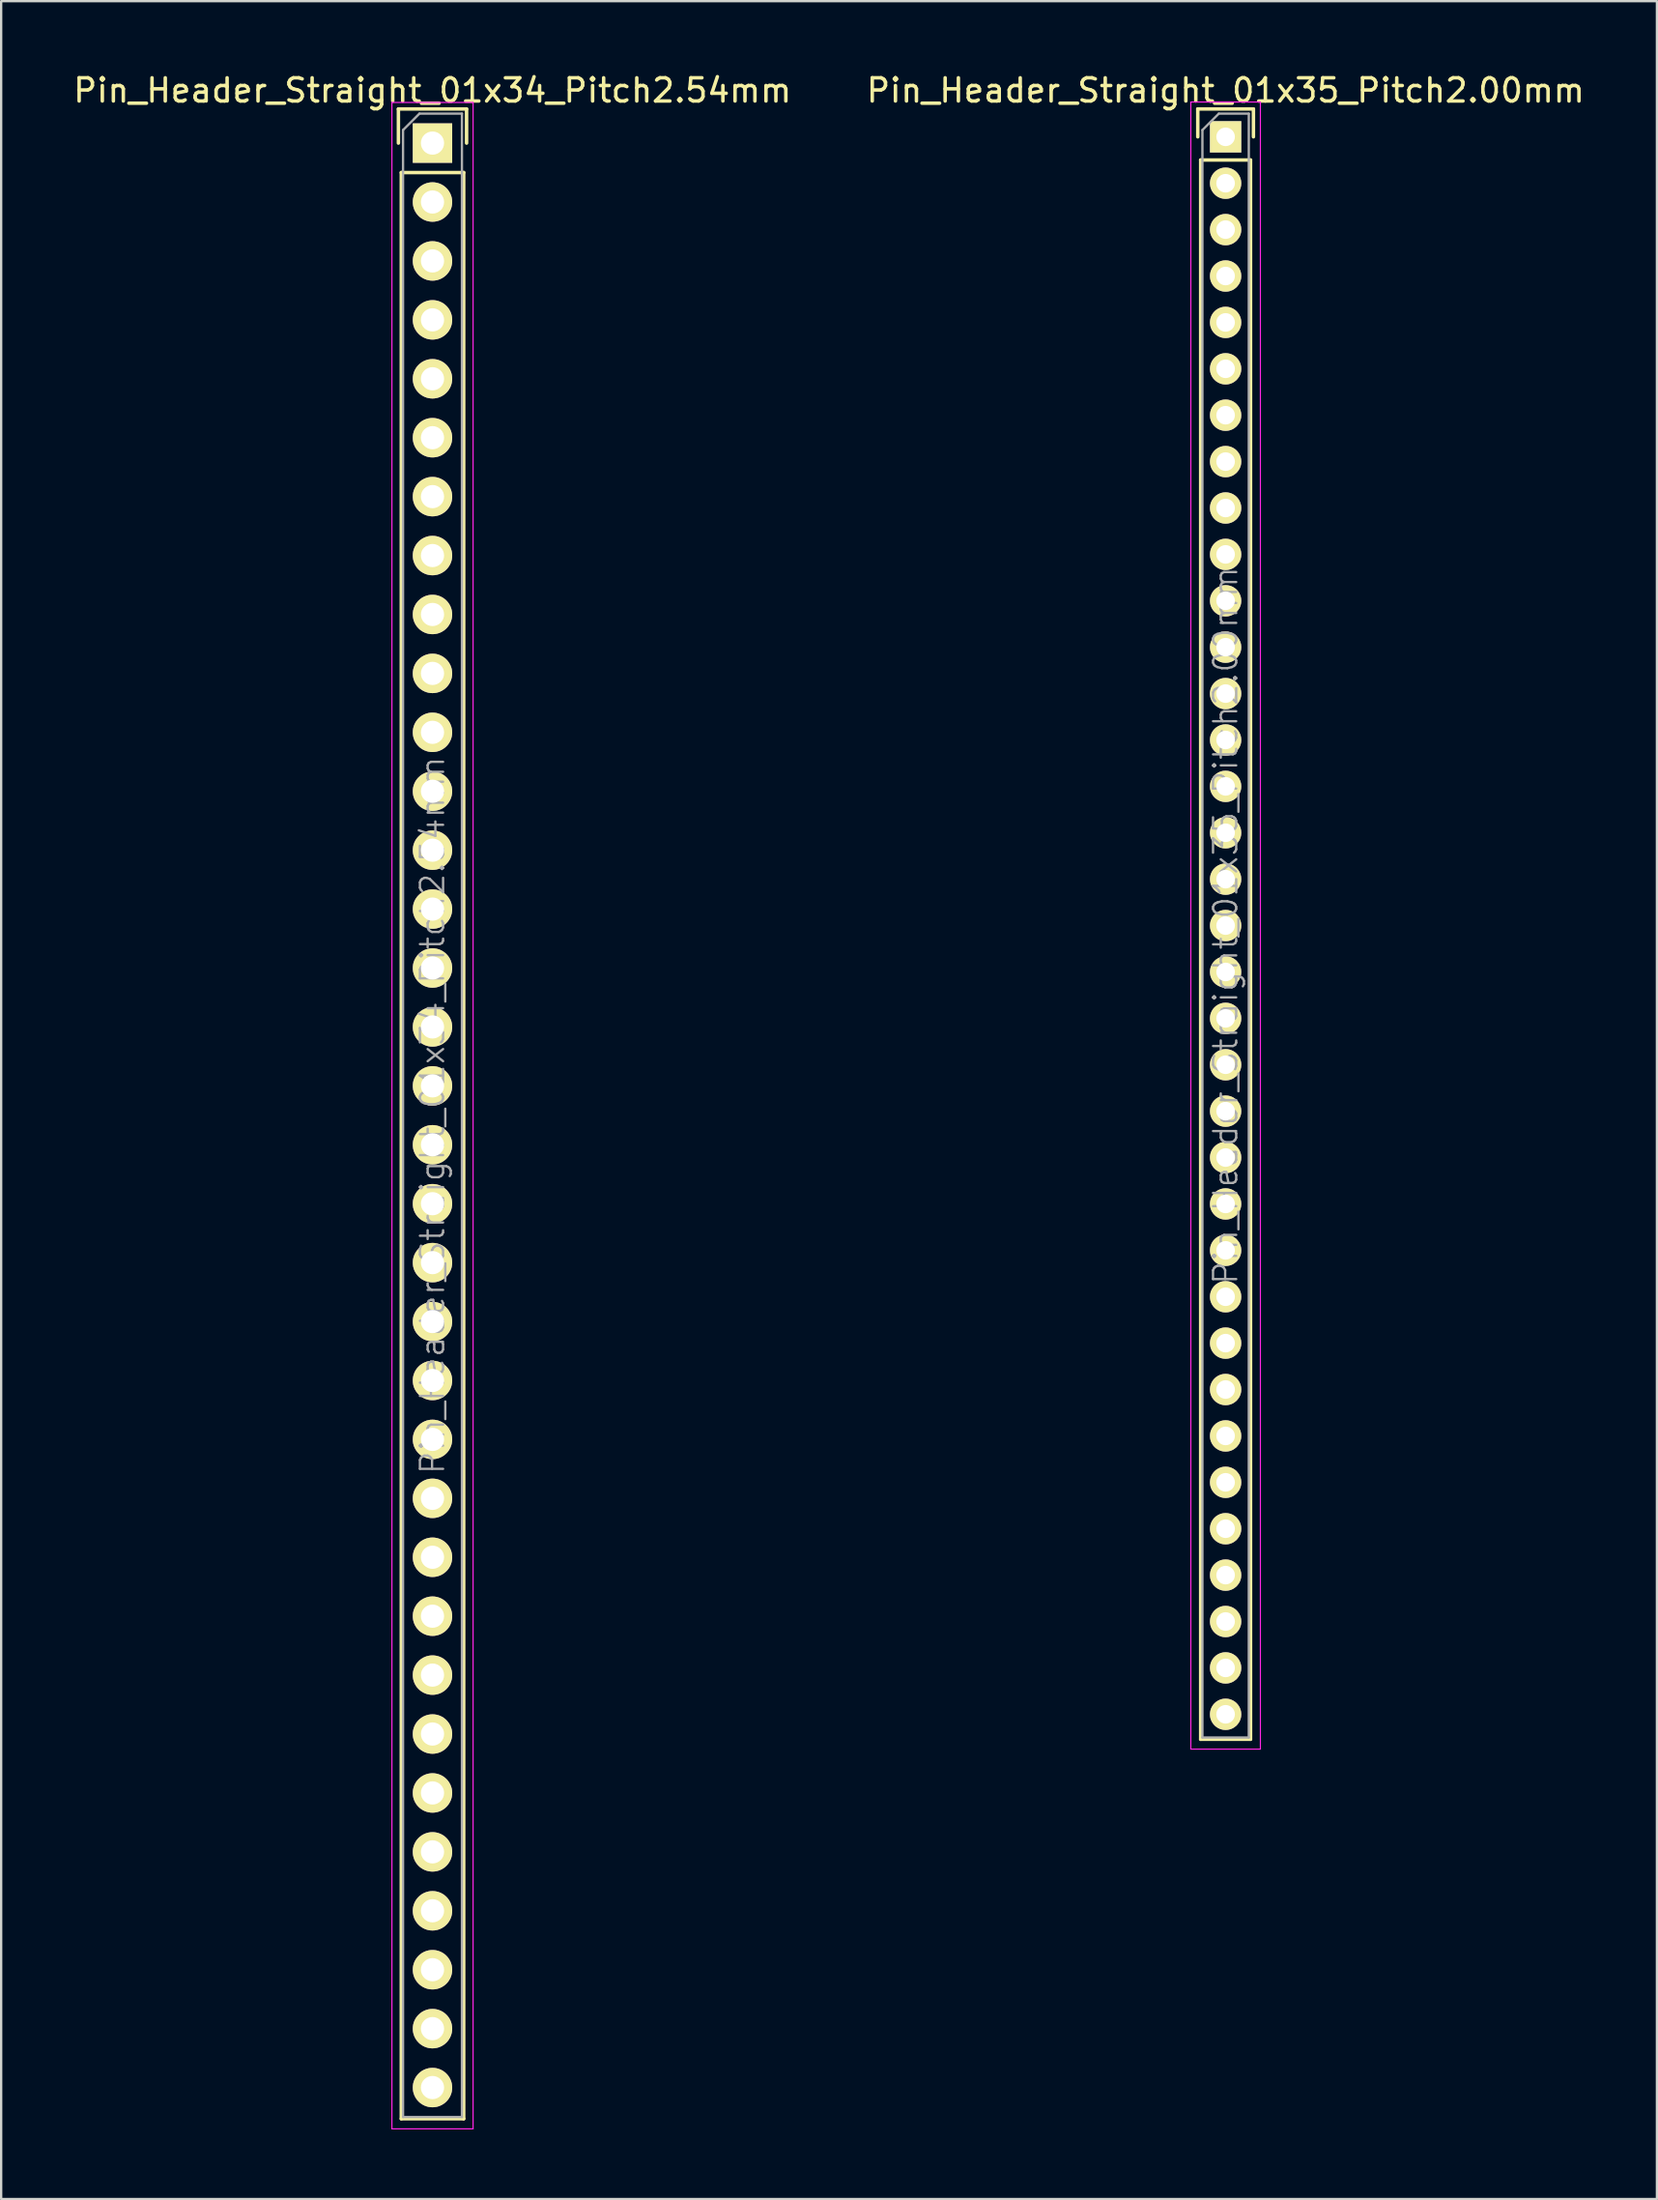
<source format=kicad_pcb>
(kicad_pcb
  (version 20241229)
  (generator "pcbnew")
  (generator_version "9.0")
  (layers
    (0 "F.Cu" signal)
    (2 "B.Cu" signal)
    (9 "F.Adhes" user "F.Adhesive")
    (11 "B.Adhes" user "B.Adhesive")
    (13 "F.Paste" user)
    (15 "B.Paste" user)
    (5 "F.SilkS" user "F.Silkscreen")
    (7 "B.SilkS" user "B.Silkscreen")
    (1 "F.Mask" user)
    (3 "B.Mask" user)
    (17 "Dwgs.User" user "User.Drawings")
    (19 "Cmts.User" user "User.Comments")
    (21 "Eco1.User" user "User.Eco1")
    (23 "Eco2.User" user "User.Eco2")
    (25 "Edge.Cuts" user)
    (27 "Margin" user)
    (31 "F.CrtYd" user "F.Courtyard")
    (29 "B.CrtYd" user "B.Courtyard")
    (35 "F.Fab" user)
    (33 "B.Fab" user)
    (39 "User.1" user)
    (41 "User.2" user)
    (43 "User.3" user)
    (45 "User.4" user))
  (footprint "Pin_Header_Straight_01x34_Pitch2.54mm"
    (layer "F.Cu")
    (at 15.601 3.118)
    (property "Reference" "Pin_Header_Straight_01x34_Pitch2.54mm" (at 0 -2.27 0) (layer "F.SilkS") (effects (font (size 1 1) (thickness 0.15))))
    (attr smd)
    (fp_line (start -1.47 -1.47) (end -1.47 0) (stroke (width 0.15) (type solid)) (layer "F.SilkS"))
    (fp_line (start -1.47 -1.47) (end 1.47 -1.47) (stroke (width 0.15) (type solid)) (layer "F.SilkS"))
    (fp_line (start -1.345 1.27) (end -1.345 85.165) (stroke (width 0.15) (type solid)) (layer "F.SilkS"))
    (fp_line (start -1.345 1.27) (end 1.345 1.27) (stroke (width 0.15) (type solid)) (layer "F.SilkS"))
    (fp_line (start -1.345 85.165) (end 1.345 85.165) (stroke (width 0.15) (type solid)) (layer "F.SilkS"))
    (fp_line (start 1.345 1.27) (end 1.345 85.165) (stroke (width 0.15) (type solid)) (layer "F.SilkS"))
    (fp_line (start 1.47 -1.47) (end 1.47 0) (stroke (width 0.15) (type solid)) (layer "F.SilkS"))
    (fp_line (start -1.75 -1.75) (end -1.75 85.6) (stroke (width 0.05) (type solid)) (layer "F.CrtYd"))
    (fp_line (start 1.75 -1.75) (end -1.75 -1.75) (stroke (width 0.05) (type solid)) (layer "F.CrtYd"))
    (fp_line (start 1.75 -1.75) (end 1.75 85.6) (stroke (width 0.05) (type solid)) (layer "F.CrtYd"))
    (fp_line (start 1.75 85.6) (end -1.75 85.6) (stroke (width 0.05) (type solid)) (layer "F.CrtYd"))
    (fp_line (start -1.27 -0.563) (end -0.563 -1.27) (stroke (width 0.1) (type solid)) (layer "F.Fab"))
    (fp_line (start -1.27 85.09) (end -1.27 -0.563) (stroke (width 0.1) (type solid)) (layer "F.Fab"))
    (fp_line (start 1.27 -1.27) (end -0.563 -1.27) (stroke (width 0.1) (type solid)) (layer "F.Fab"))
    (fp_line (start 1.27 85.09) (end -1.27 85.09) (stroke (width 0.1) (type solid)) (layer "F.Fab"))
    (fp_line (start 1.27 85.09) (end 1.27 -1.27) (stroke (width 0.1) (type solid)) (layer "F.Fab"))
    (fp_text user "${REFERENCE}" (at 0 41.91 90) (layer "F.Fab") (effects (font (size 1 1) (thickness 0.1))))
    (pad "1" thru_hole rect (at 0 0) (size 1.7 1.7) (drill 1) (layers "*.Cu" "*.Mask" "F.SilkS"))
    (pad "2" thru_hole oval (at 0 2.54) (size 1.7 1.7) (drill 1) (layers "*.Cu" "*.Mask" "F.SilkS"))
    (pad "3" thru_hole oval (at 0 5.08) (size 1.7 1.7) (drill 1) (layers "*.Cu" "*.Mask" "F.SilkS"))
    (pad "4" thru_hole oval (at 0 7.62) (size 1.7 1.7) (drill 1) (layers "*.Cu" "*.Mask" "F.SilkS"))
    (pad "5" thru_hole oval (at 0 10.16) (size 1.7 1.7) (drill 1) (layers "*.Cu" "*.Mask" "F.SilkS"))
    (pad "6" thru_hole oval (at 0 12.7) (size 1.7 1.7) (drill 1) (layers "*.Cu" "*.Mask" "F.SilkS"))
    (pad "7" thru_hole oval (at 0 15.24) (size 1.7 1.7) (drill 1) (layers "*.Cu" "*.Mask" "F.SilkS"))
    (pad "8" thru_hole oval (at 0 17.78) (size 1.7 1.7) (drill 1) (layers "*.Cu" "*.Mask" "F.SilkS"))
    (pad "9" thru_hole oval (at 0 20.32) (size 1.7 1.7) (drill 1) (layers "*.Cu" "*.Mask" "F.SilkS"))
    (pad "10" thru_hole oval (at 0 22.86) (size 1.7 1.7) (drill 1) (layers "*.Cu" "*.Mask" "F.SilkS"))
    (pad "11" thru_hole oval (at 0 25.4) (size 1.7 1.7) (drill 1) (layers "*.Cu" "*.Mask" "F.SilkS"))
    (pad "12" thru_hole oval (at 0 27.94) (size 1.7 1.7) (drill 1) (layers "*.Cu" "*.Mask" "F.SilkS"))
    (pad "13" thru_hole oval (at 0 30.48) (size 1.7 1.7) (drill 1) (layers "*.Cu" "*.Mask" "F.SilkS"))
    (pad "14" thru_hole oval (at 0 33.02) (size 1.7 1.7) (drill 1) (layers "*.Cu" "*.Mask" "F.SilkS"))
    (pad "15" thru_hole oval (at 0 35.56) (size 1.7 1.7) (drill 1) (layers "*.Cu" "*.Mask" "F.SilkS"))
    (pad "16" thru_hole oval (at 0 38.1) (size 1.7 1.7) (drill 1) (layers "*.Cu" "*.Mask" "F.SilkS"))
    (pad "17" thru_hole oval (at 0 40.64) (size 1.7 1.7) (drill 1) (layers "*.Cu" "*.Mask" "F.SilkS"))
    (pad "18" thru_hole oval (at 0 43.18) (size 1.7 1.7) (drill 1) (layers "*.Cu" "*.Mask" "F.SilkS"))
    (pad "19" thru_hole oval (at 0 45.72) (size 1.7 1.7) (drill 1) (layers "*.Cu" "*.Mask" "F.SilkS"))
    (pad "20" thru_hole oval (at 0 48.26) (size 1.7 1.7) (drill 1) (layers "*.Cu" "*.Mask" "F.SilkS"))
    (pad "21" thru_hole oval (at 0 50.8) (size 1.7 1.7) (drill 1) (layers "*.Cu" "*.Mask" "F.SilkS"))
    (pad "22" thru_hole oval (at 0 53.34) (size 1.7 1.7) (drill 1) (layers "*.Cu" "*.Mask" "F.SilkS"))
    (pad "23" thru_hole oval (at 0 55.88) (size 1.7 1.7) (drill 1) (layers "*.Cu" "*.Mask" "F.SilkS"))
    (pad "24" thru_hole oval (at 0 58.42) (size 1.7 1.7) (drill 1) (layers "*.Cu" "*.Mask" "F.SilkS"))
    (pad "25" thru_hole oval (at 0 60.96) (size 1.7 1.7) (drill 1) (layers "*.Cu" "*.Mask" "F.SilkS"))
    (pad "26" thru_hole oval (at 0 63.5) (size 1.7 1.7) (drill 1) (layers "*.Cu" "*.Mask" "F.SilkS"))
    (pad "27" thru_hole oval (at 0 66.04) (size 1.7 1.7) (drill 1) (layers "*.Cu" "*.Mask" "F.SilkS"))
    (pad "28" thru_hole oval (at 0 68.58) (size 1.7 1.7) (drill 1) (layers "*.Cu" "*.Mask" "F.SilkS"))
    (pad "29" thru_hole oval (at 0 71.12) (size 1.7 1.7) (drill 1) (layers "*.Cu" "*.Mask" "F.SilkS"))
    (pad "30" thru_hole oval (at 0 73.66) (size 1.7 1.7) (drill 1) (layers "*.Cu" "*.Mask" "F.SilkS"))
    (pad "31" thru_hole oval (at 0 76.2) (size 1.7 1.7) (drill 1) (layers "*.Cu" "*.Mask" "F.SilkS"))
    (pad "32" thru_hole oval (at 0 78.74) (size 1.7 1.7) (drill 1) (layers "*.Cu" "*.Mask" "F.SilkS"))
    (pad "33" thru_hole oval (at 0 81.28) (size 1.7 1.7) (drill 1) (layers "*.Cu" "*.Mask" "F.SilkS"))
    (pad "34" thru_hole oval (at 0 83.82) (size 1.7 1.7) (drill 1) (layers "*.Cu" "*.Mask" "F.SilkS")))
  (footprint "Pin_Header_Straight_01x35_Pitch2.00mm"
    (layer "F.Cu")
    (at 49.804 2.848)
    (property "Reference" "Pin_Header_Straight_01x35_Pitch2.00mm" (at 0 -2 0) (layer "F.SilkS") (effects (font (size 1 1) (thickness 0.15))))
    (attr smd)
    (fp_line (start -1.2 -1.2) (end -1.2 0) (stroke (width 0.15) (type solid)) (layer "F.SilkS"))
    (fp_line (start -1.2 -1.2) (end 1.2 -1.2) (stroke (width 0.15) (type solid)) (layer "F.SilkS"))
    (fp_line (start -1.075 1) (end -1.075 69.075) (stroke (width 0.15) (type solid)) (layer "F.SilkS"))
    (fp_line (start -1.075 1) (end 1.075 1) (stroke (width 0.15) (type solid)) (layer "F.SilkS"))
    (fp_line (start -1.075 69.075) (end 1.075 69.075) (stroke (width 0.15) (type solid)) (layer "F.SilkS"))
    (fp_line (start 1.075 1) (end 1.075 69.075) (stroke (width 0.15) (type solid)) (layer "F.SilkS"))
    (fp_line (start 1.2 -1.2) (end 1.2 0) (stroke (width 0.15) (type solid)) (layer "F.SilkS"))
    (fp_line (start -1.5 -1.5) (end -1.5 69.5) (stroke (width 0.05) (type solid)) (layer "F.CrtYd"))
    (fp_line (start 1.5 -1.5) (end -1.5 -1.5) (stroke (width 0.05) (type solid)) (layer "F.CrtYd"))
    (fp_line (start 1.5 -1.5) (end 1.5 69.5) (stroke (width 0.05) (type solid)) (layer "F.CrtYd"))
    (fp_line (start 1.5 69.5) (end -1.5 69.5) (stroke (width 0.05) (type solid)) (layer "F.CrtYd"))
    (fp_line (start -1 -0.293) (end -0.293 -1) (stroke (width 0.1) (type solid)) (layer "F.Fab"))
    (fp_line (start -1 69) (end -1 -0.293) (stroke (width 0.1) (type solid)) (layer "F.Fab"))
    (fp_line (start 1 -1) (end -0.293 -1) (stroke (width 0.1) (type solid)) (layer "F.Fab"))
    (fp_line (start 1 69) (end -1 69) (stroke (width 0.1) (type solid)) (layer "F.Fab"))
    (fp_line (start 1 69) (end 1 -1) (stroke (width 0.1) (type solid)) (layer "F.Fab"))
    (fp_text user "${REFERENCE}" (at 0 34 90) (layer "F.Fab") (effects (font (size 1 1) (thickness 0.1))))
    (pad "1" thru_hole rect (at 0 0) (size 1.35 1.35) (drill 0.8) (layers "*.Cu" "*.Mask" "F.SilkS"))
    (pad "2" thru_hole oval (at 0 2) (size 1.35 1.35) (drill 0.8) (layers "*.Cu" "*.Mask" "F.SilkS"))
    (pad "3" thru_hole oval (at 0 4) (size 1.35 1.35) (drill 0.8) (layers "*.Cu" "*.Mask" "F.SilkS"))
    (pad "4" thru_hole oval (at 0 6) (size 1.35 1.35) (drill 0.8) (layers "*.Cu" "*.Mask" "F.SilkS"))
    (pad "5" thru_hole oval (at 0 8) (size 1.35 1.35) (drill 0.8) (layers "*.Cu" "*.Mask" "F.SilkS"))
    (pad "6" thru_hole oval (at 0 10) (size 1.35 1.35) (drill 0.8) (layers "*.Cu" "*.Mask" "F.SilkS"))
    (pad "7" thru_hole oval (at 0 12) (size 1.35 1.35) (drill 0.8) (layers "*.Cu" "*.Mask" "F.SilkS"))
    (pad "8" thru_hole oval (at 0 14) (size 1.35 1.35) (drill 0.8) (layers "*.Cu" "*.Mask" "F.SilkS"))
    (pad "9" thru_hole oval (at 0 16) (size 1.35 1.35) (drill 0.8) (layers "*.Cu" "*.Mask" "F.SilkS"))
    (pad "10" thru_hole oval (at 0 18) (size 1.35 1.35) (drill 0.8) (layers "*.Cu" "*.Mask" "F.SilkS"))
    (pad "11" thru_hole oval (at 0 20) (size 1.35 1.35) (drill 0.8) (layers "*.Cu" "*.Mask" "F.SilkS"))
    (pad "12" thru_hole oval (at 0 22) (size 1.35 1.35) (drill 0.8) (layers "*.Cu" "*.Mask" "F.SilkS"))
    (pad "13" thru_hole oval (at 0 24) (size 1.35 1.35) (drill 0.8) (layers "*.Cu" "*.Mask" "F.SilkS"))
    (pad "14" thru_hole oval (at 0 26) (size 1.35 1.35) (drill 0.8) (layers "*.Cu" "*.Mask" "F.SilkS"))
    (pad "15" thru_hole oval (at 0 28) (size 1.35 1.35) (drill 0.8) (layers "*.Cu" "*.Mask" "F.SilkS"))
    (pad "16" thru_hole oval (at 0 30) (size 1.35 1.35) (drill 0.8) (layers "*.Cu" "*.Mask" "F.SilkS"))
    (pad "17" thru_hole oval (at 0 32) (size 1.35 1.35) (drill 0.8) (layers "*.Cu" "*.Mask" "F.SilkS"))
    (pad "18" thru_hole oval (at 0 34) (size 1.35 1.35) (drill 0.8) (layers "*.Cu" "*.Mask" "F.SilkS"))
    (pad "19" thru_hole oval (at 0 36) (size 1.35 1.35) (drill 0.8) (layers "*.Cu" "*.Mask" "F.SilkS"))
    (pad "20" thru_hole oval (at 0 38) (size 1.35 1.35) (drill 0.8) (layers "*.Cu" "*.Mask" "F.SilkS"))
    (pad "21" thru_hole oval (at 0 40) (size 1.35 1.35) (drill 0.8) (layers "*.Cu" "*.Mask" "F.SilkS"))
    (pad "22" thru_hole oval (at 0 42) (size 1.35 1.35) (drill 0.8) (layers "*.Cu" "*.Mask" "F.SilkS"))
    (pad "23" thru_hole oval (at 0 44) (size 1.35 1.35) (drill 0.8) (layers "*.Cu" "*.Mask" "F.SilkS"))
    (pad "24" thru_hole oval (at 0 46) (size 1.35 1.35) (drill 0.8) (layers "*.Cu" "*.Mask" "F.SilkS"))
    (pad "25" thru_hole oval (at 0 48) (size 1.35 1.35) (drill 0.8) (layers "*.Cu" "*.Mask" "F.SilkS"))
    (pad "26" thru_hole oval (at 0 50) (size 1.35 1.35) (drill 0.8) (layers "*.Cu" "*.Mask" "F.SilkS"))
    (pad "27" thru_hole oval (at 0 52) (size 1.35 1.35) (drill 0.8) (layers "*.Cu" "*.Mask" "F.SilkS"))
    (pad "28" thru_hole oval (at 0 54) (size 1.35 1.35) (drill 0.8) (layers "*.Cu" "*.Mask" "F.SilkS"))
    (pad "29" thru_hole oval (at 0 56) (size 1.35 1.35) (drill 0.8) (layers "*.Cu" "*.Mask" "F.SilkS"))
    (pad "30" thru_hole oval (at 0 58) (size 1.35 1.35) (drill 0.8) (layers "*.Cu" "*.Mask" "F.SilkS"))
    (pad "31" thru_hole oval (at 0 60) (size 1.35 1.35) (drill 0.8) (layers "*.Cu" "*.Mask" "F.SilkS"))
    (pad "32" thru_hole oval (at 0 62) (size 1.35 1.35) (drill 0.8) (layers "*.Cu" "*.Mask" "F.SilkS"))
    (pad "33" thru_hole oval (at 0 64) (size 1.35 1.35) (drill 0.8) (layers "*.Cu" "*.Mask" "F.SilkS"))
    (pad "34" thru_hole oval (at 0 66) (size 1.35 1.35) (drill 0.8) (layers "*.Cu" "*.Mask" "F.SilkS"))
    (pad "35" thru_hole oval (at 0 68) (size 1.35 1.35) (drill 0.8) (layers "*.Cu" "*.Mask" "F.SilkS")))
  (gr_rect
    (start -3 -3)
    (end 68.405 91.743)
    (stroke (width 0.1) (type default))
    (fill no)
    (layer "Edge.Cuts")))
</source>
